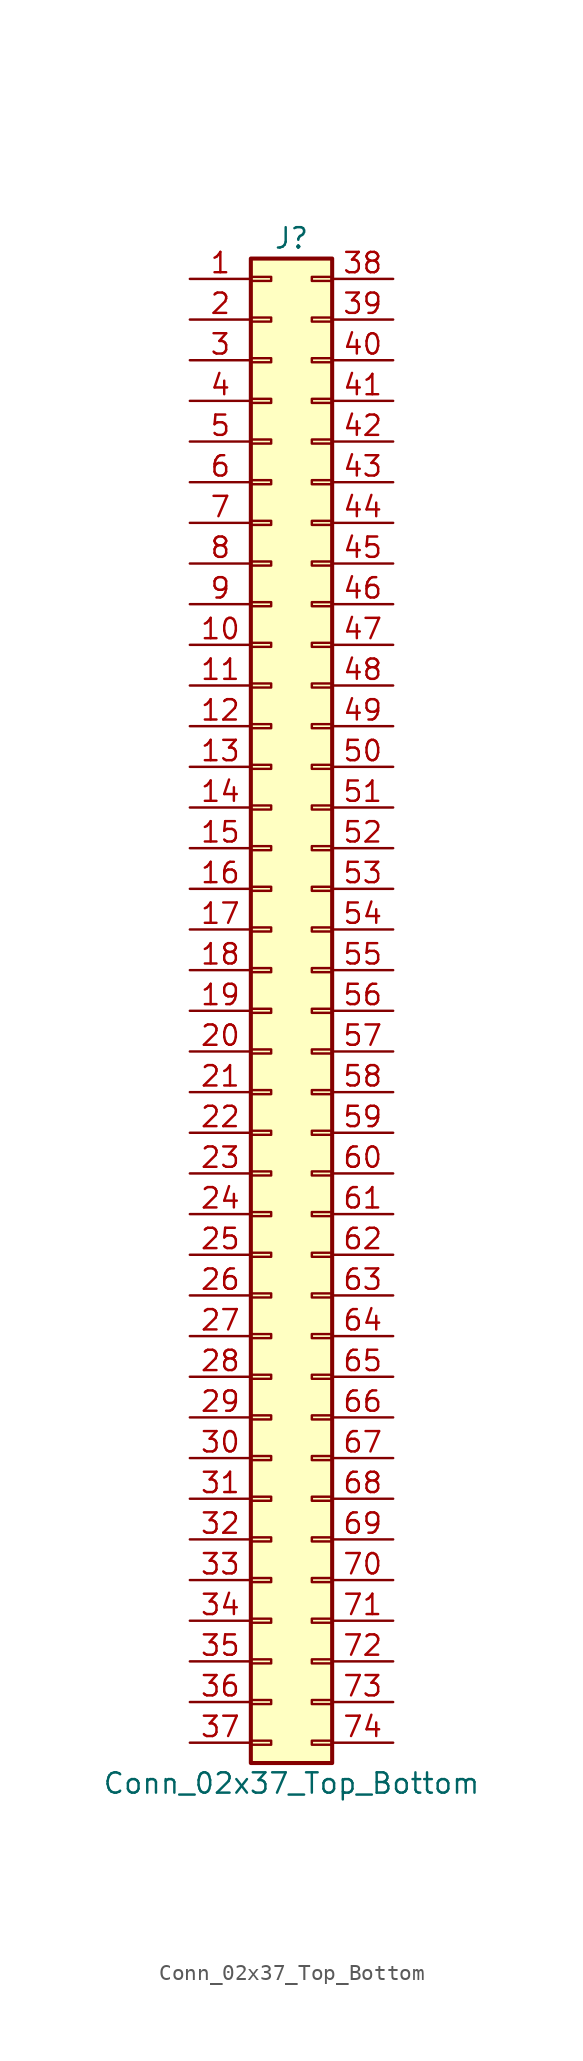
<source format=kicad_sym>
(kicad_symbol_lib
  (version 20201005)
  (generator kicad_symbol_editor)
  (symbol "Conn_02x37_Top_Bottom"
    (pin_names
      (offset 1.016) hide)
    (property "Reference" "J"
      (at 1.27 48.26 0)
      (effects (font (size 1.27 1.27))))
    (property "Value" "Conn_02x37_Top_Bottom"
      (at 1.27 -48.26 0)
      (effects (font (size 1.27 1.27))))
    (symbol "Conn_02x37_Top_Bottom_1_1"
      (rectangle (start -1.27 -45.593) (end 0 -45.847) (stroke (width 0.152)) (fill (type none)))
      (rectangle (start -1.27 -43.053) (end 0 -43.307) (stroke (width 0.152)) (fill (type none)))
      (rectangle (start -1.27 -40.513) (end 0 -40.767) (stroke (width 0.152)) (fill (type none)))
      (rectangle (start -1.27 -37.973) (end 0 -38.227) (stroke (width 0.152)) (fill (type none)))
      (rectangle (start -1.27 -35.433) (end 0 -35.687) (stroke (width 0.152)) (fill (type none)))
      (rectangle (start -1.27 -32.893) (end 0 -33.147) (stroke (width 0.152)) (fill (type none)))
      (rectangle (start -1.27 -30.353) (end 0 -30.607) (stroke (width 0.152)) (fill (type none)))
      (rectangle (start -1.27 -27.813) (end 0 -28.067) (stroke (width 0.152)) (fill (type none)))
      (rectangle (start -1.27 -25.273) (end 0 -25.527) (stroke (width 0.152)) (fill (type none)))
      (rectangle (start -1.27 -22.733) (end 0 -22.987) (stroke (width 0.152)) (fill (type none)))
      (rectangle (start -1.27 -20.193) (end 0 -20.447) (stroke (width 0.152)) (fill (type none)))
      (rectangle (start -1.27 -17.653) (end 0 -17.907) (stroke (width 0.152)) (fill (type none)))
      (rectangle (start -1.27 -15.113) (end 0 -15.367) (stroke (width 0.152)) (fill (type none)))
      (rectangle (start -1.27 -12.573) (end 0 -12.827) (stroke (width 0.152)) (fill (type none)))
      (rectangle (start -1.27 -10.033) (end 0 -10.287) (stroke (width 0.152)) (fill (type none)))
      (rectangle (start -1.27 -7.493) (end 0 -7.747) (stroke (width 0.152)) (fill (type none)))
      (rectangle (start -1.27 -4.953) (end 0 -5.207) (stroke (width 0.152)) (fill (type none)))
      (rectangle (start -1.27 -2.413) (end 0 -2.667) (stroke (width 0.152)) (fill (type none)))
      (rectangle (start -1.27 0.127) (end 0 -0.127) (stroke (width 0.152)) (fill (type none)))
      (rectangle (start -1.27 2.667) (end 0 2.413) (stroke (width 0.152)) (fill (type none)))
      (rectangle (start -1.27 5.207) (end 0 4.953) (stroke (width 0.152)) (fill (type none)))
      (rectangle (start -1.27 7.747) (end 0 7.493) (stroke (width 0.152)) (fill (type none)))
      (rectangle (start -1.27 10.287) (end 0 10.033) (stroke (width 0.152)) (fill (type none)))
      (rectangle (start -1.27 12.827) (end 0 12.573) (stroke (width 0.152)) (fill (type none)))
      (rectangle (start -1.27 15.367) (end 0 15.113) (stroke (width 0.152)) (fill (type none)))
      (rectangle (start -1.27 17.907) (end 0 17.653) (stroke (width 0.152)) (fill (type none)))
      (rectangle (start -1.27 20.447) (end 0 20.193) (stroke (width 0.152)) (fill (type none)))
      (rectangle (start -1.27 22.987) (end 0 22.733) (stroke (width 0.152)) (fill (type none)))
      (rectangle (start -1.27 25.527) (end 0 25.273) (stroke (width 0.152)) (fill (type none)))
      (rectangle (start -1.27 28.067) (end 0 27.813) (stroke (width 0.152)) (fill (type none)))
      (rectangle (start -1.27 30.607) (end 0 30.353) (stroke (width 0.152)) (fill (type none)))
      (rectangle (start -1.27 33.147) (end 0 32.893) (stroke (width 0.152)) (fill (type none)))
      (rectangle (start -1.27 35.687) (end 0 35.433) (stroke (width 0.152)) (fill (type none)))
      (rectangle (start -1.27 38.227) (end 0 37.973) (stroke (width 0.152)) (fill (type none)))
      (rectangle (start -1.27 40.767) (end 0 40.513) (stroke (width 0.152)) (fill (type none)))
      (rectangle (start -1.27 43.307) (end 0 43.053) (stroke (width 0.152)) (fill (type none)))
      (rectangle (start -1.27 45.847) (end 0 45.593) (stroke (width 0.152)) (fill (type none)))
      (rectangle (start 3.81 -45.593) (end 2.54 -45.847) (stroke (width 0.152)) (fill (type none)))
      (rectangle (start 3.81 -43.053) (end 2.54 -43.307) (stroke (width 0.152)) (fill (type none)))
      (rectangle (start 3.81 -40.513) (end 2.54 -40.767) (stroke (width 0.152)) (fill (type none)))
      (rectangle (start 3.81 -37.973) (end 2.54 -38.227) (stroke (width 0.152)) (fill (type none)))
      (rectangle (start 3.81 -35.433) (end 2.54 -35.687) (stroke (width 0.152)) (fill (type none)))
      (rectangle (start 3.81 -32.893) (end 2.54 -33.147) (stroke (width 0.152)) (fill (type none)))
      (rectangle (start 3.81 -30.353) (end 2.54 -30.607) (stroke (width 0.152)) (fill (type none)))
      (rectangle (start 3.81 -27.813) (end 2.54 -28.067) (stroke (width 0.152)) (fill (type none)))
      (rectangle (start 3.81 -25.273) (end 2.54 -25.527) (stroke (width 0.152)) (fill (type none)))
      (rectangle (start 3.81 -22.733) (end 2.54 -22.987) (stroke (width 0.152)) (fill (type none)))
      (rectangle (start 3.81 -20.193) (end 2.54 -20.447) (stroke (width 0.152)) (fill (type none)))
      (rectangle (start 3.81 -17.653) (end 2.54 -17.907) (stroke (width 0.152)) (fill (type none)))
      (rectangle (start 3.81 -15.113) (end 2.54 -15.367) (stroke (width 0.152)) (fill (type none)))
      (rectangle (start 3.81 -12.573) (end 2.54 -12.827) (stroke (width 0.152)) (fill (type none)))
      (rectangle (start 3.81 -10.033) (end 2.54 -10.287) (stroke (width 0.152)) (fill (type none)))
      (rectangle (start 3.81 -7.493) (end 2.54 -7.747) (stroke (width 0.152)) (fill (type none)))
      (rectangle (start 3.81 -4.953) (end 2.54 -5.207) (stroke (width 0.152)) (fill (type none)))
      (rectangle (start 3.81 -2.413) (end 2.54 -2.667) (stroke (width 0.152)) (fill (type none)))
      (rectangle (start 3.81 0.127) (end 2.54 -0.127) (stroke (width 0.152)) (fill (type none)))
      (rectangle (start 3.81 2.667) (end 2.54 2.413) (stroke (width 0.152)) (fill (type none)))
      (rectangle (start 3.81 5.207) (end 2.54 4.953) (stroke (width 0.152)) (fill (type none)))
      (rectangle (start 3.81 7.747) (end 2.54 7.493) (stroke (width 0.152)) (fill (type none)))
      (rectangle (start 3.81 10.287) (end 2.54 10.033) (stroke (width 0.152)) (fill (type none)))
      (rectangle (start 3.81 12.827) (end 2.54 12.573) (stroke (width 0.152)) (fill (type none)))
      (rectangle (start 3.81 15.367) (end 2.54 15.113) (stroke (width 0.152)) (fill (type none)))
      (rectangle (start 3.81 17.907) (end 2.54 17.653) (stroke (width 0.152)) (fill (type none)))
      (rectangle (start 3.81 20.447) (end 2.54 20.193) (stroke (width 0.152)) (fill (type none)))
      (rectangle (start 3.81 22.987) (end 2.54 22.733) (stroke (width 0.152)) (fill (type none)))
      (rectangle (start 3.81 25.527) (end 2.54 25.273) (stroke (width 0.152)) (fill (type none)))
      (rectangle (start 3.81 28.067) (end 2.54 27.813) (stroke (width 0.152)) (fill (type none)))
      (rectangle (start 3.81 30.607) (end 2.54 30.353) (stroke (width 0.152)) (fill (type none)))
      (rectangle (start 3.81 33.147) (end 2.54 32.893) (stroke (width 0.152)) (fill (type none)))
      (rectangle (start 3.81 35.687) (end 2.54 35.433) (stroke (width 0.152)) (fill (type none)))
      (rectangle (start 3.81 38.227) (end 2.54 37.973) (stroke (width 0.152)) (fill (type none)))
      (rectangle (start 3.81 40.767) (end 2.54 40.513) (stroke (width 0.152)) (fill (type none)))
      (rectangle (start 3.81 43.307) (end 2.54 43.053) (stroke (width 0.152)) (fill (type none)))
      (rectangle (start 3.81 45.847) (end 2.54 45.593) (stroke (width 0.152)) (fill (type none)))
      (rectangle (start -1.27 46.99) (end 3.81 -46.99) (stroke (width 0.254)) (fill (type background)))
      (pin passive line (at -5.08 45.72 0) (length 3.81) (name "Pin_1" (effects (font (size 1.27 1.27)))) (number "1" (effects (font (size 1.27 1.27)))))
      (pin passive line (at -5.08 22.86 0) (length 3.81) (name "Pin_10" (effects (font (size 1.27 1.27)))) (number "10" (effects (font (size 1.27 1.27)))))
      (pin passive line (at -5.08 20.32 0) (length 3.81) (name "Pin_11" (effects (font (size 1.27 1.27)))) (number "11" (effects (font (size 1.27 1.27)))))
      (pin passive line (at -5.08 17.78 0) (length 3.81) (name "Pin_12" (effects (font (size 1.27 1.27)))) (number "12" (effects (font (size 1.27 1.27)))))
      (pin passive line (at -5.08 15.24 0) (length 3.81) (name "Pin_13" (effects (font (size 1.27 1.27)))) (number "13" (effects (font (size 1.27 1.27)))))
      (pin passive line (at -5.08 12.7 0) (length 3.81) (name "Pin_14" (effects (font (size 1.27 1.27)))) (number "14" (effects (font (size 1.27 1.27)))))
      (pin passive line (at -5.08 10.16 0) (length 3.81) (name "Pin_15" (effects (font (size 1.27 1.27)))) (number "15" (effects (font (size 1.27 1.27)))))
      (pin passive line (at -5.08 7.62 0) (length 3.81) (name "Pin_16" (effects (font (size 1.27 1.27)))) (number "16" (effects (font (size 1.27 1.27)))))
      (pin passive line (at -5.08 5.08 0) (length 3.81) (name "Pin_17" (effects (font (size 1.27 1.27)))) (number "17" (effects (font (size 1.27 1.27)))))
      (pin passive line (at -5.08 2.54 0) (length 3.81) (name "Pin_18" (effects (font (size 1.27 1.27)))) (number "18" (effects (font (size 1.27 1.27)))))
      (pin passive line (at -5.08 0 0) (length 3.81) (name "Pin_19" (effects (font (size 1.27 1.27)))) (number "19" (effects (font (size 1.27 1.27)))))
      (pin passive line (at -5.08 43.18 0) (length 3.81) (name "Pin_2" (effects (font (size 1.27 1.27)))) (number "2" (effects (font (size 1.27 1.27)))))
      (pin passive line (at -5.08 -2.54 0) (length 3.81) (name "Pin_20" (effects (font (size 1.27 1.27)))) (number "20" (effects (font (size 1.27 1.27)))))
      (pin passive line (at -5.08 -5.08 0) (length 3.81) (name "Pin_21" (effects (font (size 1.27 1.27)))) (number "21" (effects (font (size 1.27 1.27)))))
      (pin passive line (at -5.08 -7.62 0) (length 3.81) (name "Pin_22" (effects (font (size 1.27 1.27)))) (number "22" (effects (font (size 1.27 1.27)))))
      (pin passive line (at -5.08 -10.16 0) (length 3.81) (name "Pin_23" (effects (font (size 1.27 1.27)))) (number "23" (effects (font (size 1.27 1.27)))))
      (pin passive line (at -5.08 -12.7 0) (length 3.81) (name "Pin_24" (effects (font (size 1.27 1.27)))) (number "24" (effects (font (size 1.27 1.27)))))
      (pin passive line (at -5.08 -15.24 0) (length 3.81) (name "Pin_25" (effects (font (size 1.27 1.27)))) (number "25" (effects (font (size 1.27 1.27)))))
      (pin passive line (at -5.08 -17.78 0) (length 3.81) (name "Pin_26" (effects (font (size 1.27 1.27)))) (number "26" (effects (font (size 1.27 1.27)))))
      (pin passive line (at -5.08 -20.32 0) (length 3.81) (name "Pin_27" (effects (font (size 1.27 1.27)))) (number "27" (effects (font (size 1.27 1.27)))))
      (pin passive line (at -5.08 -22.86 0) (length 3.81) (name "Pin_28" (effects (font (size 1.27 1.27)))) (number "28" (effects (font (size 1.27 1.27)))))
      (pin passive line (at -5.08 -25.4 0) (length 3.81) (name "Pin_29" (effects (font (size 1.27 1.27)))) (number "29" (effects (font (size 1.27 1.27)))))
      (pin passive line (at -5.08 40.64 0) (length 3.81) (name "Pin_3" (effects (font (size 1.27 1.27)))) (number "3" (effects (font (size 1.27 1.27)))))
      (pin passive line (at -5.08 -27.94 0) (length 3.81) (name "Pin_30" (effects (font (size 1.27 1.27)))) (number "30" (effects (font (size 1.27 1.27)))))
      (pin passive line (at -5.08 -30.48 0) (length 3.81) (name "Pin_31" (effects (font (size 1.27 1.27)))) (number "31" (effects (font (size 1.27 1.27)))))
      (pin passive line (at -5.08 -33.02 0) (length 3.81) (name "Pin_32" (effects (font (size 1.27 1.27)))) (number "32" (effects (font (size 1.27 1.27)))))
      (pin passive line (at -5.08 -35.56 0) (length 3.81) (name "Pin_33" (effects (font (size 1.27 1.27)))) (number "33" (effects (font (size 1.27 1.27)))))
      (pin passive line (at -5.08 -38.1 0) (length 3.81) (name "Pin_34" (effects (font (size 1.27 1.27)))) (number "34" (effects (font (size 1.27 1.27)))))
      (pin passive line (at -5.08 -40.64 0) (length 3.81) (name "Pin_35" (effects (font (size 1.27 1.27)))) (number "35" (effects (font (size 1.27 1.27)))))
      (pin passive line (at -5.08 -43.18 0) (length 3.81) (name "Pin_36" (effects (font (size 1.27 1.27)))) (number "36" (effects (font (size 1.27 1.27)))))
      (pin passive line (at -5.08 -45.72 0) (length 3.81) (name "Pin_37" (effects (font (size 1.27 1.27)))) (number "37" (effects (font (size 1.27 1.27)))))
      (pin passive line (at 7.62 45.72 180) (length 3.81) (name "Pin_38" (effects (font (size 1.27 1.27)))) (number "38" (effects (font (size 1.27 1.27)))))
      (pin passive line (at 7.62 43.18 180) (length 3.81) (name "Pin_39" (effects (font (size 1.27 1.27)))) (number "39" (effects (font (size 1.27 1.27)))))
      (pin passive line (at -5.08 38.1 0) (length 3.81) (name "Pin_4" (effects (font (size 1.27 1.27)))) (number "4" (effects (font (size 1.27 1.27)))))
      (pin passive line (at 7.62 40.64 180) (length 3.81) (name "Pin_40" (effects (font (size 1.27 1.27)))) (number "40" (effects (font (size 1.27 1.27)))))
      (pin passive line (at 7.62 38.1 180) (length 3.81) (name "Pin_41" (effects (font (size 1.27 1.27)))) (number "41" (effects (font (size 1.27 1.27)))))
      (pin passive line (at 7.62 35.56 180) (length 3.81) (name "Pin_42" (effects (font (size 1.27 1.27)))) (number "42" (effects (font (size 1.27 1.27)))))
      (pin passive line (at 7.62 33.02 180) (length 3.81) (name "Pin_43" (effects (font (size 1.27 1.27)))) (number "43" (effects (font (size 1.27 1.27)))))
      (pin passive line (at 7.62 30.48 180) (length 3.81) (name "Pin_44" (effects (font (size 1.27 1.27)))) (number "44" (effects (font (size 1.27 1.27)))))
      (pin passive line (at 7.62 27.94 180) (length 3.81) (name "Pin_45" (effects (font (size 1.27 1.27)))) (number "45" (effects (font (size 1.27 1.27)))))
      (pin passive line (at 7.62 25.4 180) (length 3.81) (name "Pin_46" (effects (font (size 1.27 1.27)))) (number "46" (effects (font (size 1.27 1.27)))))
      (pin passive line (at 7.62 22.86 180) (length 3.81) (name "Pin_47" (effects (font (size 1.27 1.27)))) (number "47" (effects (font (size 1.27 1.27)))))
      (pin passive line (at 7.62 20.32 180) (length 3.81) (name "Pin_48" (effects (font (size 1.27 1.27)))) (number "48" (effects (font (size 1.27 1.27)))))
      (pin passive line (at 7.62 17.78 180) (length 3.81) (name "Pin_49" (effects (font (size 1.27 1.27)))) (number "49" (effects (font (size 1.27 1.27)))))
      (pin passive line (at -5.08 35.56 0) (length 3.81) (name "Pin_5" (effects (font (size 1.27 1.27)))) (number "5" (effects (font (size 1.27 1.27)))))
      (pin passive line (at 7.62 15.24 180) (length 3.81) (name "Pin_50" (effects (font (size 1.27 1.27)))) (number "50" (effects (font (size 1.27 1.27)))))
      (pin passive line (at 7.62 12.7 180) (length 3.81) (name "Pin_51" (effects (font (size 1.27 1.27)))) (number "51" (effects (font (size 1.27 1.27)))))
      (pin passive line (at 7.62 10.16 180) (length 3.81) (name "Pin_52" (effects (font (size 1.27 1.27)))) (number "52" (effects (font (size 1.27 1.27)))))
      (pin passive line (at 7.62 7.62 180) (length 3.81) (name "Pin_53" (effects (font (size 1.27 1.27)))) (number "53" (effects (font (size 1.27 1.27)))))
      (pin passive line (at 7.62 5.08 180) (length 3.81) (name "Pin_54" (effects (font (size 1.27 1.27)))) (number "54" (effects (font (size 1.27 1.27)))))
      (pin passive line (at 7.62 2.54 180) (length 3.81) (name "Pin_55" (effects (font (size 1.27 1.27)))) (number "55" (effects (font (size 1.27 1.27)))))
      (pin passive line (at 7.62 0 180) (length 3.81) (name "Pin_56" (effects (font (size 1.27 1.27)))) (number "56" (effects (font (size 1.27 1.27)))))
      (pin passive line (at 7.62 -2.54 180) (length 3.81) (name "Pin_57" (effects (font (size 1.27 1.27)))) (number "57" (effects (font (size 1.27 1.27)))))
      (pin passive line (at 7.62 -5.08 180) (length 3.81) (name "Pin_58" (effects (font (size 1.27 1.27)))) (number "58" (effects (font (size 1.27 1.27)))))
      (pin passive line (at 7.62 -7.62 180) (length 3.81) (name "Pin_59" (effects (font (size 1.27 1.27)))) (number "59" (effects (font (size 1.27 1.27)))))
      (pin passive line (at -5.08 33.02 0) (length 3.81) (name "Pin_6" (effects (font (size 1.27 1.27)))) (number "6" (effects (font (size 1.27 1.27)))))
      (pin passive line (at 7.62 -10.16 180) (length 3.81) (name "Pin_60" (effects (font (size 1.27 1.27)))) (number "60" (effects (font (size 1.27 1.27)))))
      (pin passive line (at 7.62 -12.7 180) (length 3.81) (name "Pin_61" (effects (font (size 1.27 1.27)))) (number "61" (effects (font (size 1.27 1.27)))))
      (pin passive line (at 7.62 -15.24 180) (length 3.81) (name "Pin_62" (effects (font (size 1.27 1.27)))) (number "62" (effects (font (size 1.27 1.27)))))
      (pin passive line (at 7.62 -17.78 180) (length 3.81) (name "Pin_63" (effects (font (size 1.27 1.27)))) (number "63" (effects (font (size 1.27 1.27)))))
      (pin passive line (at 7.62 -20.32 180) (length 3.81) (name "Pin_64" (effects (font (size 1.27 1.27)))) (number "64" (effects (font (size 1.27 1.27)))))
      (pin passive line (at 7.62 -22.86 180) (length 3.81) (name "Pin_65" (effects (font (size 1.27 1.27)))) (number "65" (effects (font (size 1.27 1.27)))))
      (pin passive line (at 7.62 -25.4 180) (length 3.81) (name "Pin_66" (effects (font (size 1.27 1.27)))) (number "66" (effects (font (size 1.27 1.27)))))
      (pin passive line (at 7.62 -27.94 180) (length 3.81) (name "Pin_67" (effects (font (size 1.27 1.27)))) (number "67" (effects (font (size 1.27 1.27)))))
      (pin passive line (at 7.62 -30.48 180) (length 3.81) (name "Pin_68" (effects (font (size 1.27 1.27)))) (number "68" (effects (font (size 1.27 1.27)))))
      (pin passive line (at 7.62 -33.02 180) (length 3.81) (name "Pin_69" (effects (font (size 1.27 1.27)))) (number "69" (effects (font (size 1.27 1.27)))))
      (pin passive line (at -5.08 30.48 0) (length 3.81) (name "Pin_7" (effects (font (size 1.27 1.27)))) (number "7" (effects (font (size 1.27 1.27)))))
      (pin passive line (at 7.62 -35.56 180) (length 3.81) (name "Pin_70" (effects (font (size 1.27 1.27)))) (number "70" (effects (font (size 1.27 1.27)))))
      (pin passive line (at 7.62 -38.1 180) (length 3.81) (name "Pin_71" (effects (font (size 1.27 1.27)))) (number "71" (effects (font (size 1.27 1.27)))))
      (pin passive line (at 7.62 -40.64 180) (length 3.81) (name "Pin_72" (effects (font (size 1.27 1.27)))) (number "72" (effects (font (size 1.27 1.27)))))
      (pin passive line (at 7.62 -43.18 180) (length 3.81) (name "Pin_73" (effects (font (size 1.27 1.27)))) (number "73" (effects (font (size 1.27 1.27)))))
      (pin passive line (at 7.62 -45.72 180) (length 3.81) (name "Pin_74" (effects (font (size 1.27 1.27)))) (number "74" (effects (font (size 1.27 1.27)))))
      (pin passive line (at -5.08 27.94 0) (length 3.81) (name "Pin_8" (effects (font (size 1.27 1.27)))) (number "8" (effects (font (size 1.27 1.27)))))
      (pin passive line (at -5.08 25.4 0) (length 3.81) (name "Pin_9" (effects (font (size 1.27 1.27)))) (number "9" (effects (font (size 1.27 1.27))))))))
</source>
